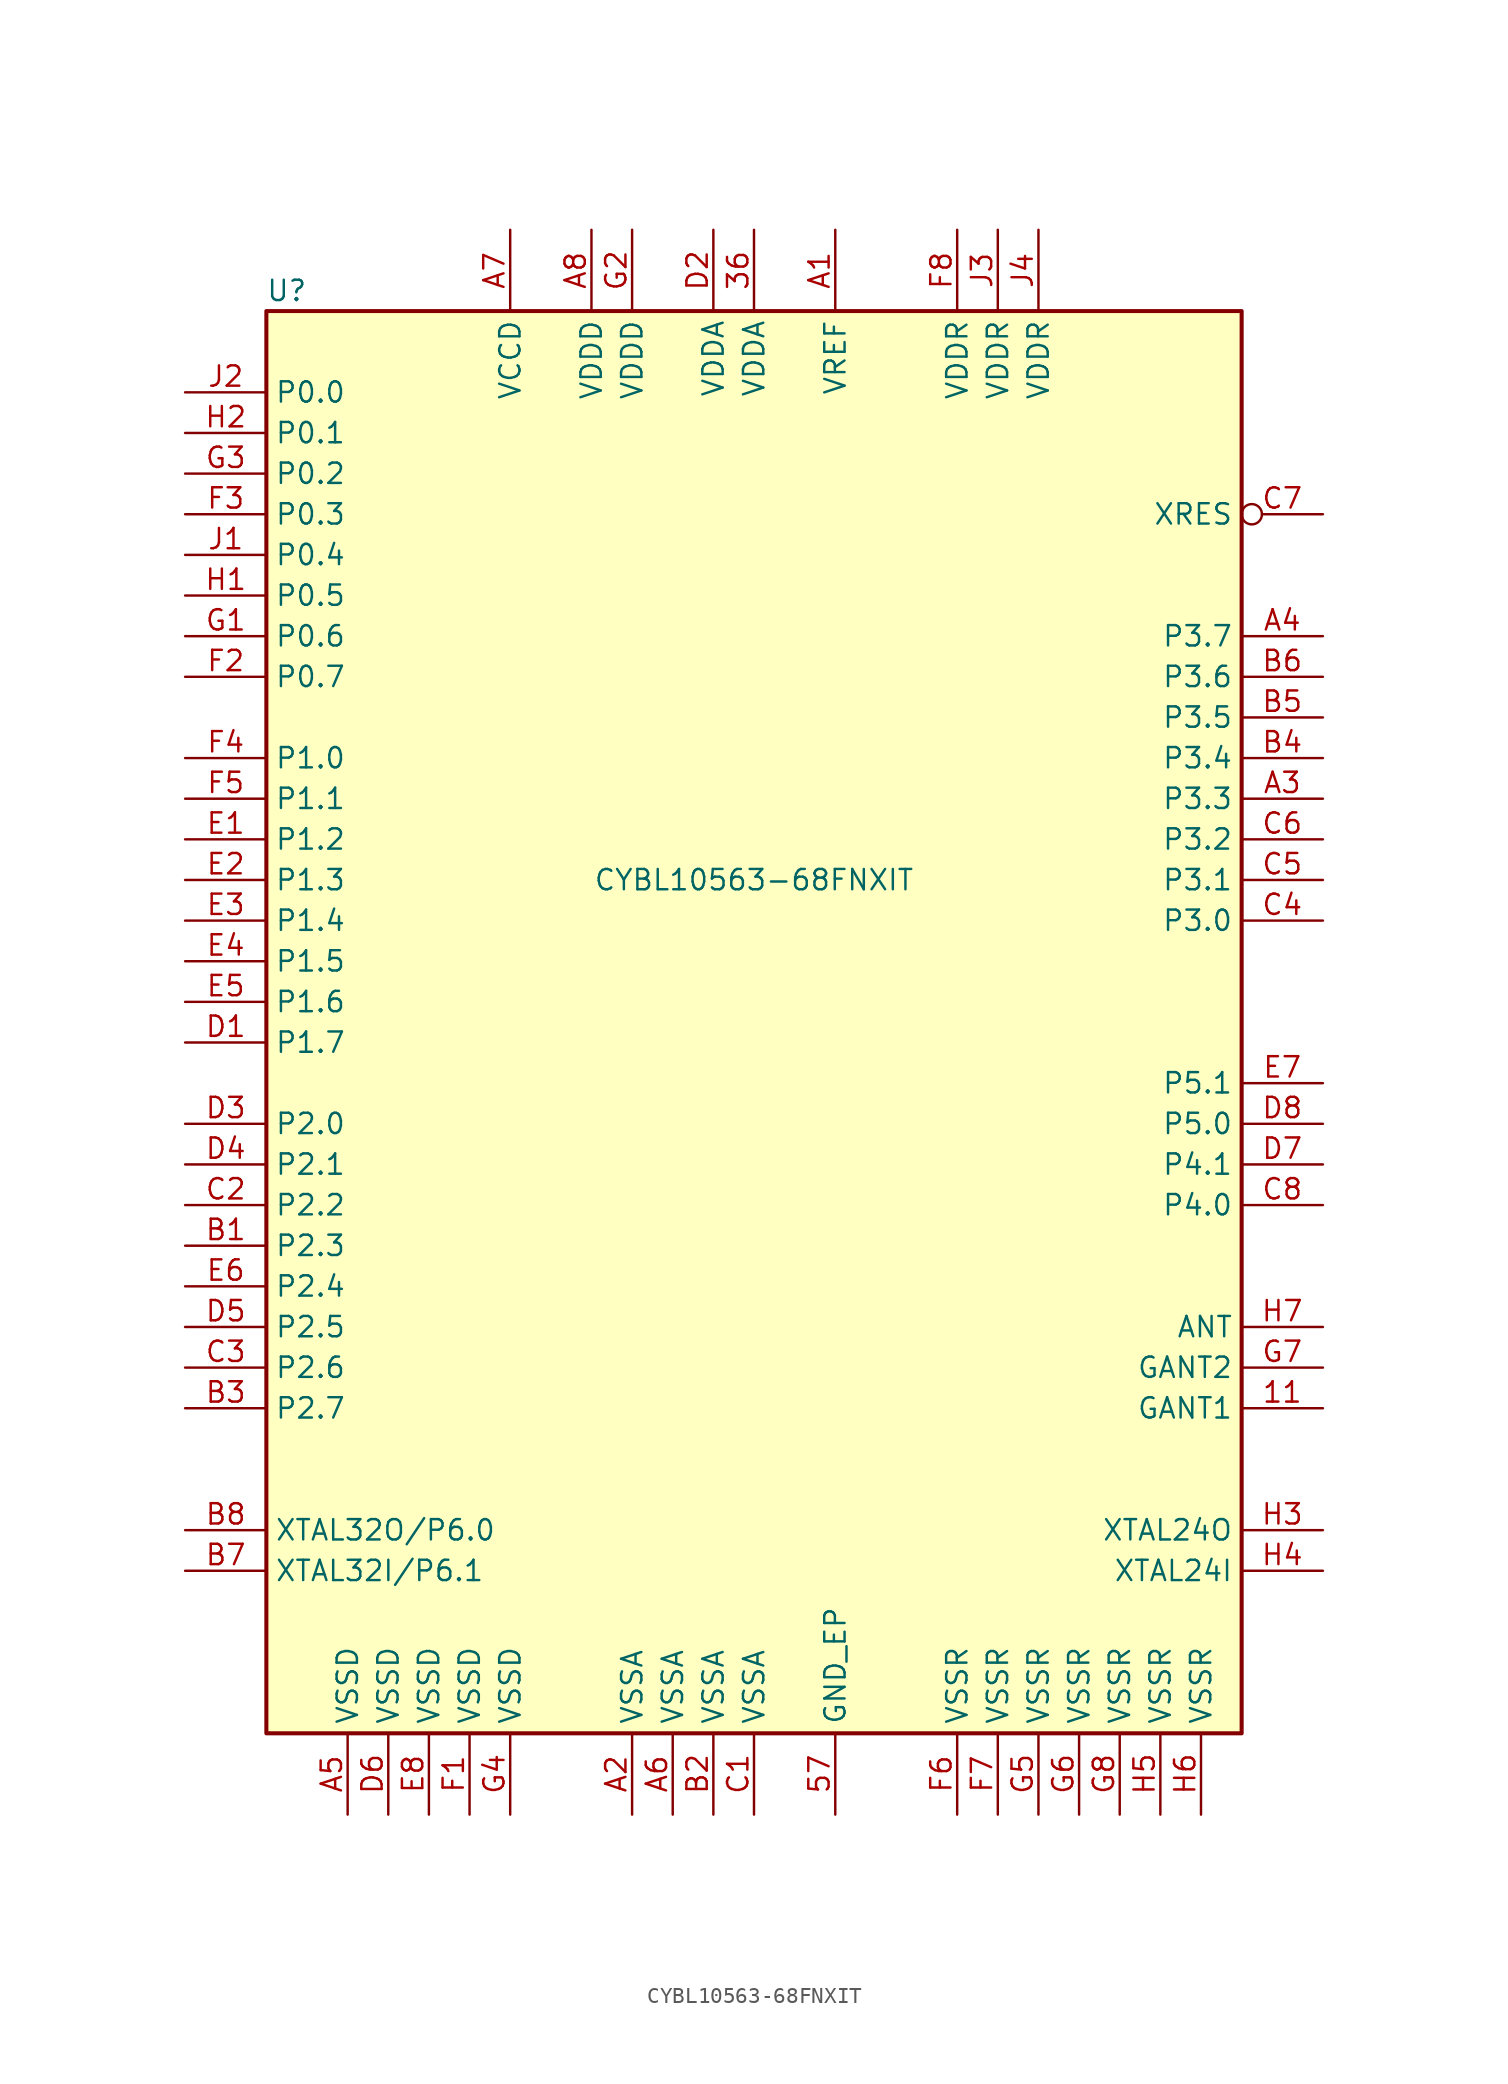
<source format=kicad_sym>
(kicad_symbol_lib
  (version 20241209)
  (generator "kicad_symbol_editor")
  (generator_version "9.0")
  (symbol "CYBL10563-68FNXIT"
    (property "Reference" "U"
      (at -29.21 39.37 0)
      (effects (font (size 1.27 1.27))))
    (property "Value" "CYBL10563-68FNXIT"
      (at 0 2.54 0)
      (effects (font (size 1.27 1.27))))
    (symbol "CYBL10563-68FNXIT_1_0"
      (rectangle (start -30.48 -50.8) (end 30.48 38.1) (stroke (width 0.254) (type default)) (fill (type background))))
    (symbol "CYBL10563-68FNXIT_1_1"
      (pin bidirectional line (at -35.56 33.02 0) (length 5.08) (name "P0.0" (effects (font (size 1.27 1.27)))) (number "J2" (effects (font (size 1.27 1.27)))))
      (pin bidirectional line (at -35.56 30.48 0) (length 5.08) (name "P0.1" (effects (font (size 1.27 1.27)))) (number "H2" (effects (font (size 1.27 1.27)))))
      (pin bidirectional line (at -35.56 27.94 0) (length 5.08) (name "P0.2" (effects (font (size 1.27 1.27)))) (number "G3" (effects (font (size 1.27 1.27)))))
      (pin bidirectional line (at -35.56 25.4 0) (length 5.08) (name "P0.3" (effects (font (size 1.27 1.27)))) (number "F3" (effects (font (size 1.27 1.27)))))
      (pin bidirectional line (at -35.56 22.86 0) (length 5.08) (name "P0.4" (effects (font (size 1.27 1.27)))) (number "J1" (effects (font (size 1.27 1.27)))))
      (pin bidirectional line (at -35.56 20.32 0) (length 5.08) (name "P0.5" (effects (font (size 1.27 1.27)))) (number "H1" (effects (font (size 1.27 1.27)))))
      (pin bidirectional line (at -35.56 17.78 0) (length 5.08) (name "P0.6" (effects (font (size 1.27 1.27)))) (number "G1" (effects (font (size 1.27 1.27)))))
      (pin bidirectional line (at -35.56 15.24 0) (length 5.08) (name "P0.7" (effects (font (size 1.27 1.27)))) (number "F2" (effects (font (size 1.27 1.27)))))
      (pin bidirectional line (at -35.56 10.16 0) (length 5.08) (name "P1.0" (effects (font (size 1.27 1.27)))) (number "F4" (effects (font (size 1.27 1.27)))))
      (pin bidirectional line (at -35.56 7.62 0) (length 5.08) (name "P1.1" (effects (font (size 1.27 1.27)))) (number "F5" (effects (font (size 1.27 1.27)))))
      (pin bidirectional line (at -35.56 5.08 0) (length 5.08) (name "P1.2" (effects (font (size 1.27 1.27)))) (number "E1" (effects (font (size 1.27 1.27)))))
      (pin bidirectional line (at -35.56 2.54 0) (length 5.08) (name "P1.3" (effects (font (size 1.27 1.27)))) (number "E2" (effects (font (size 1.27 1.27)))))
      (pin bidirectional line (at -35.56 0 0) (length 5.08) (name "P1.4" (effects (font (size 1.27 1.27)))) (number "E3" (effects (font (size 1.27 1.27)))))
      (pin bidirectional line (at -35.56 -2.54 0) (length 5.08) (name "P1.5" (effects (font (size 1.27 1.27)))) (number "E4" (effects (font (size 1.27 1.27)))))
      (pin bidirectional line (at -35.56 -5.08 0) (length 5.08) (name "P1.6" (effects (font (size 1.27 1.27)))) (number "E5" (effects (font (size 1.27 1.27)))))
      (pin bidirectional line (at -35.56 -7.62 0) (length 5.08) (name "P1.7" (effects (font (size 1.27 1.27)))) (number "D1" (effects (font (size 1.27 1.27)))))
      (pin bidirectional line (at -35.56 -12.7 0) (length 5.08) (name "P2.0" (effects (font (size 1.27 1.27)))) (number "D3" (effects (font (size 1.27 1.27)))))
      (pin bidirectional line (at -35.56 -15.24 0) (length 5.08) (name "P2.1" (effects (font (size 1.27 1.27)))) (number "D4" (effects (font (size 1.27 1.27)))))
      (pin bidirectional line (at -35.56 -17.78 0) (length 5.08) (name "P2.2" (effects (font (size 1.27 1.27)))) (number "C2" (effects (font (size 1.27 1.27)))))
      (pin bidirectional line (at -35.56 -20.32 0) (length 5.08) (name "P2.3" (effects (font (size 1.27 1.27)))) (number "B1" (effects (font (size 1.27 1.27)))))
      (pin bidirectional line (at -35.56 -22.86 0) (length 5.08) (name "P2.4" (effects (font (size 1.27 1.27)))) (number "E6" (effects (font (size 1.27 1.27)))))
      (pin bidirectional line (at -35.56 -25.4 0) (length 5.08) (name "P2.5" (effects (font (size 1.27 1.27)))) (number "D5" (effects (font (size 1.27 1.27)))))
      (pin bidirectional line (at -35.56 -27.94 0) (length 5.08) (name "P2.6" (effects (font (size 1.27 1.27)))) (number "C3" (effects (font (size 1.27 1.27)))))
      (pin bidirectional line (at -35.56 -30.48 0) (length 5.08) (name "P2.7" (effects (font (size 1.27 1.27)))) (number "B3" (effects (font (size 1.27 1.27)))))
      (pin bidirectional line (at -35.56 -38.1 0) (length 5.08) (name "XTAL32O/P6.0" (effects (font (size 1.27 1.27)))) (number "B8" (effects (font (size 1.27 1.27)))))
      (pin bidirectional line (at -35.56 -40.64 0) (length 5.08) (name "XTAL32I/P6.1" (effects (font (size 1.27 1.27)))) (number "B7" (effects (font (size 1.27 1.27)))))
      (pin power_in line (at -25.4 -55.88 90) (length 5.08) (name "VSSD" (effects (font (size 1.27 1.27)))) (number "A5" (effects (font (size 1.27 1.27)))))
      (pin power_in line (at -22.86 -55.88 90) (length 5.08) (name "VSSD" (effects (font (size 1.27 1.27)))) (number "D6" (effects (font (size 1.27 1.27)))))
      (pin power_in line (at -20.32 -55.88 90) (length 5.08) (name "VSSD" (effects (font (size 1.27 1.27)))) (number "E8" (effects (font (size 1.27 1.27)))))
      (pin power_in line (at -17.78 -55.88 90) (length 5.08) (name "VSSD" (effects (font (size 1.27 1.27)))) (number "F1" (effects (font (size 1.27 1.27)))))
      (pin power_out line (at -15.24 43.18 270) (length 5.08) (name "VCCD" (effects (font (size 1.27 1.27)))) (number "A7" (effects (font (size 1.27 1.27)))))
      (pin power_in line (at -15.24 -55.88 90) (length 5.08) (name "VSSD" (effects (font (size 1.27 1.27)))) (number "G4" (effects (font (size 1.27 1.27)))))
      (pin power_in line (at -10.16 43.18 270) (length 5.08) (name "VDDD" (effects (font (size 1.27 1.27)))) (number "A8" (effects (font (size 1.27 1.27)))))
      (pin power_in line (at -7.62 43.18 270) (length 5.08) (name "VDDD" (effects (font (size 1.27 1.27)))) (number "G2" (effects (font (size 1.27 1.27)))))
      (pin power_in line (at -7.62 -55.88 90) (length 5.08) (name "VSSA" (effects (font (size 1.27 1.27)))) (number "A2" (effects (font (size 1.27 1.27)))))
      (pin power_in line (at -5.08 -55.88 90) (length 5.08) (name "VSSA" (effects (font (size 1.27 1.27)))) (number "A6" (effects (font (size 1.27 1.27)))))
      (pin power_in line (at -2.54 43.18 270) (length 5.08) (name "VDDA" (effects (font (size 1.27 1.27)))) (number "D2" (effects (font (size 1.27 1.27)))))
      (pin bidirectional line (at -2.54 -55.88 90) (length 5.08) (name "VSSA" (effects (font (size 1.27 1.27)))) (number "B2" (effects (font (size 1.27 1.27)))))
      (pin power_in line (at 0 43.18 270) (length 5.08) (name "VDDA" (effects (font (size 1.27 1.27)))) (number "36" (effects (font (size 1.27 1.27)))))
      (pin power_in line (at 0 -55.88 90) (length 5.08) (name "VSSA" (effects (font (size 1.27 1.27)))) (number "C1" (effects (font (size 1.27 1.27)))))
      (pin passive line (at 5.08 43.18 270) (length 5.08) (name "VREF" (effects (font (size 1.27 1.27)))) (number "A1" (effects (font (size 1.27 1.27)))))
      (pin power_in line (at 5.08 -55.88 90) (length 5.08) (name "GND_EP" (effects (font (size 1.27 1.27)))) (number "57" (effects (font (size 1.27 1.27)))))
      (pin power_in line (at 12.7 43.18 270) (length 5.08) (name "VDDR" (effects (font (size 1.27 1.27)))) (number "F8" (effects (font (size 1.27 1.27)))))
      (pin power_in line (at 12.7 -55.88 90) (length 5.08) (name "VSSR" (effects (font (size 1.27 1.27)))) (number "F6" (effects (font (size 1.27 1.27)))))
      (pin power_in line (at 15.24 43.18 270) (length 5.08) (name "VDDR" (effects (font (size 1.27 1.27)))) (number "J3" (effects (font (size 1.27 1.27)))))
      (pin power_in line (at 15.24 -55.88 90) (length 5.08) (name "VSSR" (effects (font (size 1.27 1.27)))) (number "F7" (effects (font (size 1.27 1.27)))))
      (pin power_in line (at 17.78 43.18 270) (length 5.08) (name "VDDR" (effects (font (size 1.27 1.27)))) (number "J4" (effects (font (size 1.27 1.27)))))
      (pin power_in line (at 17.78 -55.88 90) (length 5.08) (name "VSSR" (effects (font (size 1.27 1.27)))) (number "G5" (effects (font (size 1.27 1.27)))))
      (pin power_in line (at 20.32 -55.88 90) (length 5.08) (name "VSSR" (effects (font (size 1.27 1.27)))) (number "G6" (effects (font (size 1.27 1.27)))))
      (pin power_in line (at 22.86 -55.88 90) (length 5.08) (name "VSSR" (effects (font (size 1.27 1.27)))) (number "G8" (effects (font (size 1.27 1.27)))))
      (pin power_in line (at 25.4 -55.88 90) (length 5.08) (name "VSSR" (effects (font (size 1.27 1.27)))) (number "H5" (effects (font (size 1.27 1.27)))))
      (pin power_in line (at 27.94 -55.88 90) (length 5.08) (name "VSSR" (effects (font (size 1.27 1.27)))) (number "H6" (effects (font (size 1.27 1.27)))))
      (pin no_connect line (at 30.48 30.48 180) (length 2.54) (hide yes) (name "NC" (effects (font (size 1.27 1.27)))) (number "J7" (effects (font (size 1.27 1.27)))))
      (pin input inverted (at 35.56 25.4 180) (length 5.08) (name "XRES" (effects (font (size 1.27 1.27)))) (number "C7" (effects (font (size 1.27 1.27)))))
      (pin bidirectional line (at 35.56 17.78 180) (length 5.08) (name "P3.7" (effects (font (size 1.27 1.27)))) (number "A4" (effects (font (size 1.27 1.27)))))
      (pin bidirectional line (at 35.56 15.24 180) (length 5.08) (name "P3.6" (effects (font (size 1.27 1.27)))) (number "B6" (effects (font (size 1.27 1.27)))))
      (pin bidirectional line (at 35.56 12.7 180) (length 5.08) (name "P3.5" (effects (font (size 1.27 1.27)))) (number "B5" (effects (font (size 1.27 1.27)))))
      (pin bidirectional line (at 35.56 10.16 180) (length 5.08) (name "P3.4" (effects (font (size 1.27 1.27)))) (number "B4" (effects (font (size 1.27 1.27)))))
      (pin bidirectional line (at 35.56 7.62 180) (length 5.08) (name "P3.3" (effects (font (size 1.27 1.27)))) (number "A3" (effects (font (size 1.27 1.27)))))
      (pin bidirectional line (at 35.56 5.08 180) (length 5.08) (name "P3.2" (effects (font (size 1.27 1.27)))) (number "C6" (effects (font (size 1.27 1.27)))))
      (pin bidirectional line (at 35.56 2.54 180) (length 5.08) (name "P3.1" (effects (font (size 1.27 1.27)))) (number "C5" (effects (font (size 1.27 1.27)))))
      (pin bidirectional line (at 35.56 0 180) (length 5.08) (name "P3.0" (effects (font (size 1.27 1.27)))) (number "C4" (effects (font (size 1.27 1.27)))))
      (pin bidirectional line (at 35.56 -10.16 180) (length 5.08) (name "P5.1" (effects (font (size 1.27 1.27)))) (number "E7" (effects (font (size 1.27 1.27)))))
      (pin bidirectional line (at 35.56 -12.7 180) (length 5.08) (name "P5.0" (effects (font (size 1.27 1.27)))) (number "D8" (effects (font (size 1.27 1.27)))))
      (pin bidirectional line (at 35.56 -15.24 180) (length 5.08) (name "P4.1" (effects (font (size 1.27 1.27)))) (number "D7" (effects (font (size 1.27 1.27)))))
      (pin bidirectional line (at 35.56 -17.78 180) (length 5.08) (name "P4.0" (effects (font (size 1.27 1.27)))) (number "C8" (effects (font (size 1.27 1.27)))))
      (pin output line (at 35.56 -25.4 180) (length 5.08) (name "ANT" (effects (font (size 1.27 1.27)))) (number "H7" (effects (font (size 1.27 1.27)))))
      (pin power_in line (at 35.56 -27.94 180) (length 5.08) (name "GANT2" (effects (font (size 1.27 1.27)))) (number "G7" (effects (font (size 1.27 1.27)))))
      (pin power_in line (at 35.56 -30.48 180) (length 5.08) (name "GANT1" (effects (font (size 1.27 1.27)))) (number "11" (effects (font (size 1.27 1.27)))))
      (pin output line (at 35.56 -38.1 180) (length 5.08) (name "XTAL24O" (effects (font (size 1.27 1.27)))) (number "H3" (effects (font (size 1.27 1.27)))))
      (pin input line (at 35.56 -40.64 180) (length 5.08) (name "XTAL24I" (effects (font (size 1.27 1.27)))) (number "H4" (effects (font (size 1.27 1.27))))))))
</source>
